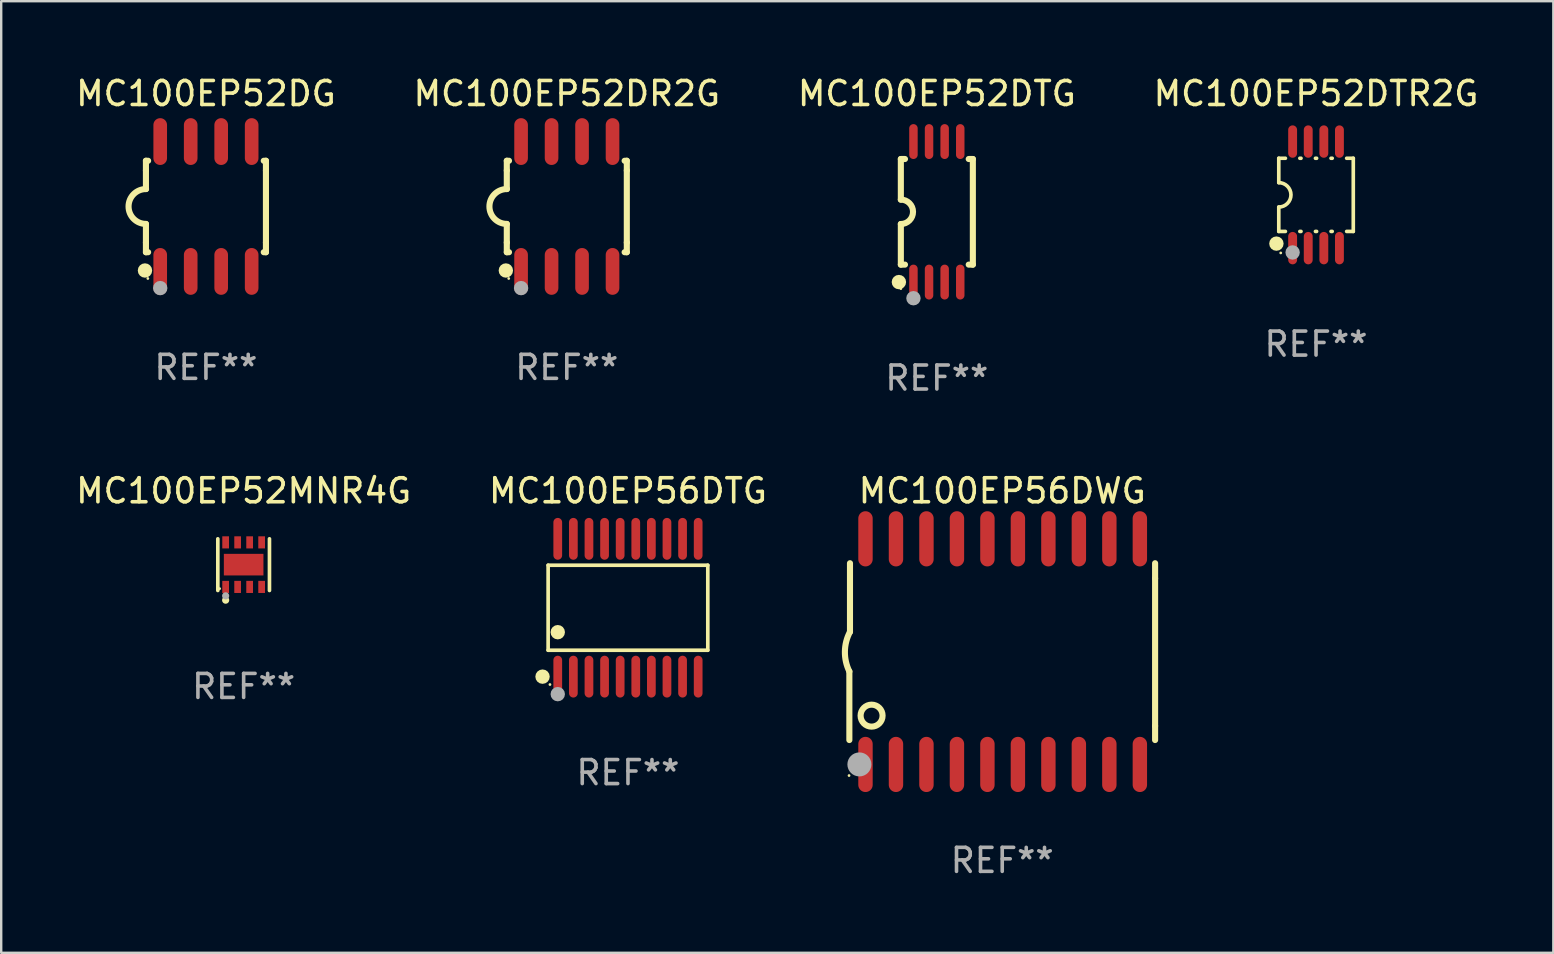
<source format=kicad_pcb>
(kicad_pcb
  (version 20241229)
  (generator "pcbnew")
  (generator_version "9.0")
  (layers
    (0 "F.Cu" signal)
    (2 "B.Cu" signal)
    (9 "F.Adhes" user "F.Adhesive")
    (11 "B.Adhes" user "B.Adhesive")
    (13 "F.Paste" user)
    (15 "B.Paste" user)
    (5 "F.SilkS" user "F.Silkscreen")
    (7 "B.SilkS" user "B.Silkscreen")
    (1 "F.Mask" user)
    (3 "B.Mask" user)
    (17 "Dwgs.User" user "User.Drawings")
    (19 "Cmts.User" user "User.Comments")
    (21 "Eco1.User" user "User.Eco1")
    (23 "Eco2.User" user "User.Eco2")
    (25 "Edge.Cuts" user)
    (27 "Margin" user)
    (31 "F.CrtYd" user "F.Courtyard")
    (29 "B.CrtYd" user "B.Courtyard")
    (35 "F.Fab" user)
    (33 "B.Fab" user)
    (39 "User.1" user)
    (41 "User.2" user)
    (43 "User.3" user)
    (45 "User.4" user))
  (footprint "MC100EP56DWG"
    (layer "F.Cu")
    (at 38.706 24.099)
    (property "Reference" "MC100EP56DWG" (at 0 -6.7 0) (layer "F.SilkS") (effects (font (size 1 1) (thickness 0.15))))
    (attr through_hole)
    (fp_line (start -6.369 0.826) (end -6.369 3.683) (stroke (width 0.254) (type solid)) (layer "F.SilkS"))
    (fp_line (start -6.343 -0.825) (end -6.343 -3.683) (stroke (width 0.254) (type solid)) (layer "F.SilkS"))
    (fp_line (start 6.369 -3.048) (end 6.369 -3.683) (stroke (width 0.254) (type solid)) (layer "F.SilkS"))
    (fp_line (start 6.369 -3.048) (end 6.369 3.096) (stroke (width 0.254) (type solid)) (layer "F.SilkS"))
    (fp_line (start 6.369 3.096) (end 6.369 3.683) (stroke (width 0.254) (type solid)) (layer "F.SilkS"))
    (fp_arc (start -6.36853 0.825552) (mid -6.554743 -0.00301) (end -6.343129 -0.825451) (stroke (width 0.254001) (type solid)) (layer "F.SilkS"))
    (fp_circle (center -6.382 5.163) (end -6.352 5.163) (stroke (width 0.06) (type solid)) (fill no) (layer "F.SilkS"))
    (fp_circle (center -5.443 2.667) (end -4.985 2.667) (stroke (width 0.254) (type solid)) (fill no) (layer "F.SilkS"))
    (fp_circle (center -5.951 4.699) (end -5.701 4.699) (stroke (width 0.5) (type solid)) (fill no) (layer "F.Fab"))
    (fp_text user "REF**" (at 0 8.7 0) (layer "F.Fab") (effects (font (size 1 1) (thickness 0.15))))
    (pad "1" smd oval (at -5.697 4.7 180) (size 0.6 2.3) (layers "F.Cu" "F.Mask" "F.Paste"))
    (pad "2" smd oval (at -4.427 4.7 180) (size 0.6 2.3) (layers "F.Cu" "F.Mask" "F.Paste"))
    (pad "3" smd oval (at -3.157 4.7 180) (size 0.6 2.3) (layers "F.Cu" "F.Mask" "F.Paste"))
    (pad "4" smd oval (at -1.887 4.7 180) (size 0.6 2.3) (layers "F.Cu" "F.Mask" "F.Paste"))
    (pad "5" smd oval (at -0.617 4.7 180) (size 0.6 2.3) (layers "F.Cu" "F.Mask" "F.Paste"))
    (pad "6" smd oval (at 0.653 4.7 180) (size 0.6 2.3) (layers "F.Cu" "F.Mask" "F.Paste"))
    (pad "7" smd oval (at 1.923 4.7 180) (size 0.6 2.3) (layers "F.Cu" "F.Mask" "F.Paste"))
    (pad "8" smd oval (at 3.193 4.7 180) (size 0.6 2.3) (layers "F.Cu" "F.Mask" "F.Paste"))
    (pad "9" smd oval (at 4.463 4.7 180) (size 0.6 2.3) (layers "F.Cu" "F.Mask" "F.Paste"))
    (pad "10" smd oval (at 5.734 4.7 180) (size 0.6 2.3) (layers "F.Cu" "F.Mask" "F.Paste"))
    (pad "11" smd oval (at 5.734 -4.7 180) (size 0.6 2.3) (layers "F.Cu" "F.Mask" "F.Paste"))
    (pad "12" smd oval (at 4.463 -4.7 180) (size 0.6 2.3) (layers "F.Cu" "F.Mask" "F.Paste"))
    (pad "13" smd oval (at 3.193 -4.7 180) (size 0.6 2.3) (layers "F.Cu" "F.Mask" "F.Paste"))
    (pad "14" smd oval (at 1.923 -4.7 180) (size 0.6 2.3) (layers "F.Cu" "F.Mask" "F.Paste"))
    (pad "15" smd oval (at 0.653 -4.7 180) (size 0.6 2.3) (layers "F.Cu" "F.Mask" "F.Paste"))
    (pad "16" smd oval (at -0.617 -4.7 180) (size 0.6 2.3) (layers "F.Cu" "F.Mask" "F.Paste"))
    (pad "17" smd oval (at -1.887 -4.7 180) (size 0.6 2.3) (layers "F.Cu" "F.Mask" "F.Paste"))
    (pad "18" smd oval (at -3.157 -4.7 180) (size 0.6 2.3) (layers "F.Cu" "F.Mask" "F.Paste"))
    (pad "19" smd oval (at -4.427 -4.7 180) (size 0.6 2.3) (layers "F.Cu" "F.Mask" "F.Paste"))
    (pad "20" smd oval (at -5.697 -4.7 180) (size 0.6 2.3) (layers "F.Cu" "F.Mask" "F.Paste")))
  (footprint "MC100EP52DR2G"
    (layer "F.Cu")
    (at 20.565 5.553)
    (property "Reference" "MC100EP52DR2G" (at 0 -4.705 0) (layer "F.SilkS") (effects (font (size 1 1) (thickness 0.15))))
    (attr through_hole)
    (fp_line (start -2.5 -1.905) (end -2.409 -1.905) (stroke (width 0.254) (type solid)) (layer "F.SilkS"))
    (fp_line (start -2.5 -1.5) (end -2.5 -1.905) (stroke (width 0.254) (type solid)) (layer "F.SilkS"))
    (fp_line (start -2.5 -1.5) (end -2.5 -0.726) (stroke (width 0.254) (type solid)) (layer "F.SilkS"))
    (fp_line (start -2.5 1.5) (end -2.5 0.727) (stroke (width 0.254) (type solid)) (layer "F.SilkS"))
    (fp_line (start -2.5 1.5) (end -2.5 1.905) (stroke (width 0.254) (type solid)) (layer "F.SilkS"))
    (fp_line (start -2.5 1.905) (end -2.409 1.905) (stroke (width 0.254) (type solid)) (layer "F.SilkS"))
    (fp_line (start 2.5 -1.905) (end 2.409 -1.905) (stroke (width 0.254) (type solid)) (layer "F.SilkS"))
    (fp_line (start 2.5 -1.5) (end 2.5 -1.905) (stroke (width 0.254) (type solid)) (layer "F.SilkS"))
    (fp_line (start 2.5 -1.5) (end 2.5 1.5) (stroke (width 0.254) (type solid)) (layer "F.SilkS"))
    (fp_line (start 2.5 1.5) (end 2.5 1.905) (stroke (width 0.254) (type solid)) (layer "F.SilkS"))
    (fp_line (start 2.5 1.905) (end 2.409 1.905) (stroke (width 0.254) (type solid)) (layer "F.SilkS"))
    (fp_arc (start -2.5 0.726568) (mid -3.220316 -0.0023) (end -2.495097 -0.726289) (stroke (width 0.254001) (type solid)) (layer "F.SilkS"))
    (fp_circle (center -2.54 2.667) (end -2.39 2.667) (stroke (width 0.3) (type solid)) (fill no) (layer "F.SilkS"))
    (fp_circle (center -2.42 3) (end -2.39 3) (stroke (width 0.06) (type solid)) (fill no) (layer "F.SilkS"))
    (fp_circle (center -1.905 3.4) (end -1.755 3.4) (stroke (width 0.3) (type solid)) (fill no) (layer "F.Fab"))
    (fp_text user "REF**" (at 0 6.705 0) (layer "F.Fab") (effects (font (size 1 1) (thickness 0.15))))
    (pad "1" smd oval (at -1.905 2.705) (size 0.568 1.95) (layers "F.Cu" "F.Mask" "F.Paste"))
    (pad "2" smd oval (at -0.635 2.705) (size 0.568 1.95) (layers "F.Cu" "F.Mask" "F.Paste"))
    (pad "3" smd oval (at 0.635 2.705) (size 0.568 1.95) (layers "F.Cu" "F.Mask" "F.Paste"))
    (pad "4" smd oval (at 1.905 2.705) (size 0.568 1.95) (layers "F.Cu" "F.Mask" "F.Paste"))
    (pad "5" smd oval (at 1.905 -2.705) (size 0.568 1.95) (layers "F.Cu" "F.Mask" "F.Paste"))
    (pad "6" smd oval (at 0.635 -2.705) (size 0.568 1.95) (layers "F.Cu" "F.Mask" "F.Paste"))
    (pad "7" smd oval (at -0.635 -2.705) (size 0.568 1.95) (layers "F.Cu" "F.Mask" "F.Paste"))
    (pad "8" smd oval (at -1.905 -2.705) (size 0.568 1.95) (layers "F.Cu" "F.Mask" "F.Paste")))
  (footprint "MC100EP56DTG"
    (layer "F.Cu")
    (at 23.113 22.27)
    (property "Reference" "MC100EP56DTG" (at 0 -4.871 0) (layer "F.SilkS") (effects (font (size 1 1) (thickness 0.15))))
    (attr through_hole)
    (fp_line (start -3.326 -1.771) (end 3.326 -1.771) (stroke (width 0.152) (type solid)) (layer "F.SilkS"))
    (fp_line (start -3.326 1.771) (end -3.326 -1.771) (stroke (width 0.152) (type solid)) (layer "F.SilkS"))
    (fp_line (start 3.326 -1.771) (end 3.326 1.771) (stroke (width 0.152) (type solid)) (layer "F.SilkS"))
    (fp_line (start 3.326 1.771) (end -3.326 1.771) (stroke (width 0.152) (type solid)) (layer "F.SilkS"))
    (fp_circle (center -3.559 2.871) (end -3.409 2.871) (stroke (width 0.3) (type solid)) (fill no) (layer "F.SilkS"))
    (fp_circle (center -3.25 3.2) (end -3.22 3.2) (stroke (width 0.06) (type solid)) (fill no) (layer "F.SilkS"))
    (fp_circle (center -2.925 1.019) (end -2.775 1.019) (stroke (width 0.3) (type solid)) (fill no) (layer "F.SilkS"))
    (fp_circle (center -2.925 3.6) (end -2.775 3.6) (stroke (width 0.3) (type solid)) (fill no) (layer "F.Fab"))
    (fp_text user "REF**" (at 0 6.871 0) (layer "F.Fab") (effects (font (size 1 1) (thickness 0.15))))
    (pad "1" smd oval (at -2.925 2.871) (size 0.364 1.742) (layers "F.Cu" "F.Mask" "F.Paste"))
    (pad "2" smd oval (at -2.275 2.871) (size 0.364 1.742) (layers "F.Cu" "F.Mask" "F.Paste"))
    (pad "3" smd oval (at -1.625 2.871) (size 0.364 1.742) (layers "F.Cu" "F.Mask" "F.Paste"))
    (pad "4" smd oval (at -0.975 2.871) (size 0.364 1.742) (layers "F.Cu" "F.Mask" "F.Paste"))
    (pad "5" smd oval (at -0.325 2.871) (size 0.364 1.742) (layers "F.Cu" "F.Mask" "F.Paste"))
    (pad "6" smd oval (at 0.325 2.871) (size 0.364 1.742) (layers "F.Cu" "F.Mask" "F.Paste"))
    (pad "7" smd oval (at 0.975 2.871) (size 0.364 1.742) (layers "F.Cu" "F.Mask" "F.Paste"))
    (pad "8" smd oval (at 1.625 2.871) (size 0.364 1.742) (layers "F.Cu" "F.Mask" "F.Paste"))
    (pad "9" smd oval (at 2.275 2.871) (size 0.364 1.742) (layers "F.Cu" "F.Mask" "F.Paste"))
    (pad "10" smd oval (at 2.925 2.871) (size 0.364 1.742) (layers "F.Cu" "F.Mask" "F.Paste"))
    (pad "11" smd oval (at 2.925 -2.871) (size 0.364 1.742) (layers "F.Cu" "F.Mask" "F.Paste"))
    (pad "12" smd oval (at 2.275 -2.871) (size 0.364 1.742) (layers "F.Cu" "F.Mask" "F.Paste"))
    (pad "13" smd oval (at 1.625 -2.871) (size 0.364 1.742) (layers "F.Cu" "F.Mask" "F.Paste"))
    (pad "14" smd oval (at 0.975 -2.871) (size 0.364 1.742) (layers "F.Cu" "F.Mask" "F.Paste"))
    (pad "15" smd oval (at 0.325 -2.871) (size 0.364 1.742) (layers "F.Cu" "F.Mask" "F.Paste"))
    (pad "16" smd oval (at -0.325 -2.871) (size 0.364 1.742) (layers "F.Cu" "F.Mask" "F.Paste"))
    (pad "17" smd oval (at -0.975 -2.871) (size 0.364 1.742) (layers "F.Cu" "F.Mask" "F.Paste"))
    (pad "18" smd oval (at -1.625 -2.871) (size 0.364 1.742) (layers "F.Cu" "F.Mask" "F.Paste"))
    (pad "19" smd oval (at -2.275 -2.871) (size 0.364 1.742) (layers "F.Cu" "F.Mask" "F.Paste"))
    (pad "20" smd oval (at -2.925 -2.871) (size 0.364 1.742) (layers "F.Cu" "F.Mask" "F.Paste")))
  (footprint "MC100EP52DTG"
    (layer "F.Cu")
    (at 35.982 5.775)
    (property "Reference" "MC100EP52DTG" (at 0 -4.927 0) (layer "F.SilkS") (effects (font (size 1 1) (thickness 0.15))))
    (attr through_hole)
    (fp_line (start -1.5 -2.2) (end -1.5 -0.508) (stroke (width 0.254) (type solid)) (layer "F.SilkS"))
    (fp_line (start -1.5 -2.2) (end -1.328 -2.2) (stroke (width 0.254) (type solid)) (layer "F.SilkS"))
    (fp_line (start -1.5 2.2) (end -1.5 0.508) (stroke (width 0.254) (type solid)) (layer "F.SilkS"))
    (fp_line (start -1.5 2.2) (end -1.328 2.2) (stroke (width 0.254) (type solid)) (layer "F.SilkS"))
    (fp_line (start 1.328 -2.2) (end 1.5 -2.2) (stroke (width 0.254) (type solid)) (layer "F.SilkS"))
    (fp_line (start 1.328 2.2) (end 1.5 2.2) (stroke (width 0.254) (type solid)) (layer "F.SilkS"))
    (fp_line (start 1.5 -2.2) (end 1.5 2.2) (stroke (width 0.254) (type solid)) (layer "F.SilkS"))
    (fp_arc (start -1.501144 -0.508) (mid -0.993143 -0.000571) (end -1.5 0.508001) (stroke (width 0.254001) (type solid)) (layer "F.SilkS"))
    (fp_circle (center -1.581 2.927) (end -1.431 2.927) (stroke (width 0.3) (type solid)) (fill no) (layer "F.SilkS"))
    (fp_circle (center -1.5 3.2) (end -1.47 3.2) (stroke (width 0.06) (type solid)) (fill no) (layer "F.SilkS"))
    (fp_circle (center -0.975 3.6) (end -0.825 3.6) (stroke (width 0.3) (type solid)) (fill no) (layer "F.Fab"))
    (fp_text user "REF**" (at 0 6.927 0) (layer "F.Fab") (effects (font (size 1 1) (thickness 0.15))))
    (pad "1" smd oval (at -0.975 2.927) (size 0.353 1.454) (layers "F.Cu" "F.Mask" "F.Paste"))
    (pad "2" smd oval (at -0.325 2.927) (size 0.353 1.454) (layers "F.Cu" "F.Mask" "F.Paste"))
    (pad "3" smd oval (at 0.325 2.927) (size 0.353 1.454) (layers "F.Cu" "F.Mask" "F.Paste"))
    (pad "4" smd oval (at 0.975 2.927) (size 0.353 1.454) (layers "F.Cu" "F.Mask" "F.Paste"))
    (pad "5" smd oval (at 0.975 -2.927) (size 0.353 1.454) (layers "F.Cu" "F.Mask" "F.Paste"))
    (pad "6" smd oval (at 0.325 -2.927) (size 0.353 1.454) (layers "F.Cu" "F.Mask" "F.Paste"))
    (pad "7" smd oval (at -0.325 -2.927) (size 0.353 1.454) (layers "F.Cu" "F.Mask" "F.Paste"))
    (pad "8" smd oval (at -0.975 -2.927) (size 0.353 1.454) (layers "F.Cu" "F.Mask" "F.Paste")))
  (footprint "MC100EP52DTR2G"
    (layer "F.Cu")
    (at 51.78 5.068)
    (property "Reference" "MC100EP52DTR2G" (at 0 -4.22 0) (layer "F.SilkS") (effects (font (size 1 1) (thickness 0.15))))
    (attr through_hole)
    (fp_line (start -1.552 -1.524) (end -1.276 -1.524) (stroke (width 0.152) (type solid)) (layer "F.SilkS"))
    (fp_line (start -1.552 -0.508) (end -1.552 -1.524) (stroke (width 0.152) (type solid)) (layer "F.SilkS"))
    (fp_line (start -1.552 1.524) (end -1.552 0.508) (stroke (width 0.152) (type solid)) (layer "F.SilkS"))
    (fp_line (start -1.552 1.524) (end -1.276 1.524) (stroke (width 0.152) (type solid)) (layer "F.SilkS"))
    (fp_line (start -0.674 -1.524) (end -0.626 -1.524) (stroke (width 0.152) (type solid)) (layer "F.SilkS"))
    (fp_line (start -0.674 1.524) (end -0.626 1.524) (stroke (width 0.152) (type solid)) (layer "F.SilkS"))
    (fp_line (start -0.024 -1.524) (end 0.024 -1.524) (stroke (width 0.152) (type solid)) (layer "F.SilkS"))
    (fp_line (start -0.024 1.524) (end 0.024 1.524) (stroke (width 0.152) (type solid)) (layer "F.SilkS"))
    (fp_line (start 0.626 -1.524) (end 0.674 -1.524) (stroke (width 0.152) (type solid)) (layer "F.SilkS"))
    (fp_line (start 0.626 1.524) (end 0.674 1.524) (stroke (width 0.152) (type solid)) (layer "F.SilkS"))
    (fp_line (start 1.276 1.524) (end 1.552 1.524) (stroke (width 0.152) (type solid)) (layer "F.SilkS"))
    (fp_line (start 1.276 -1.524) (end 1.552 -1.524) (stroke (width 0.152) (type solid)) (layer "F.SilkS"))
    (fp_line (start 1.552 -1.524) (end 1.552 1.524) (stroke (width 0.152) (type solid)) (layer "F.SilkS"))
    (fp_arc (start -1.551943 -0.508001) (mid -1.043942 0) (end -1.551943 0.508001) (stroke (width 0.151994) (type solid)) (layer "F.SilkS"))
    (fp_circle (center -1.651 2.032) (end -1.501 2.032) (stroke (width 0.3) (type solid)) (fill no) (layer "F.SilkS"))
    (fp_circle (center -1.47 2.42) (end -1.44 2.42) (stroke (width 0.06) (type solid)) (fill no) (layer "F.SilkS"))
    (fp_circle (center -0.975 2.4) (end -0.825 2.4) (stroke (width 0.3) (type solid)) (fill no) (layer "F.Fab"))
    (fp_text user "REF**" (at 0 6.22 0) (layer "F.Fab") (effects (font (size 1 1) (thickness 0.15))))
    (pad "1" smd oval (at -0.975 2.22) (size 0.37 1.35) (layers "F.Cu" "F.Mask" "F.Paste"))
    (pad "2" smd oval (at -0.325 2.22) (size 0.37 1.35) (layers "F.Cu" "F.Mask" "F.Paste"))
    (pad "3" smd oval (at 0.325 2.22) (size 0.37 1.35) (layers "F.Cu" "F.Mask" "F.Paste"))
    (pad "4" smd oval (at 0.975 2.22) (size 0.37 1.35) (layers "F.Cu" "F.Mask" "F.Paste"))
    (pad "5" smd oval (at 0.975 -2.22) (size 0.37 1.35) (layers "F.Cu" "F.Mask" "F.Paste"))
    (pad "6" smd oval (at 0.325 -2.22) (size 0.37 1.35) (layers "F.Cu" "F.Mask" "F.Paste"))
    (pad "7" smd oval (at -0.325 -2.22) (size 0.37 1.35) (layers "F.Cu" "F.Mask" "F.Paste"))
    (pad "8" smd oval (at -0.975 -2.22) (size 0.37 1.35) (layers "F.Cu" "F.Mask" "F.Paste")))
  (footprint "MC100EP52DG"
    (layer "F.Cu")
    (at 5.53 5.553)
    (property "Reference" "MC100EP52DG" (at 0 -4.705 0) (layer "F.SilkS") (effects (font (size 1 1) (thickness 0.15))))
    (attr through_hole)
    (fp_line (start -2.5 -1.905) (end -2.409 -1.905) (stroke (width 0.254) (type solid)) (layer "F.SilkS"))
    (fp_line (start -2.5 -1.5) (end -2.5 -1.905) (stroke (width 0.254) (type solid)) (layer "F.SilkS"))
    (fp_line (start -2.5 -1.5) (end -2.5 -0.726) (stroke (width 0.254) (type solid)) (layer "F.SilkS"))
    (fp_line (start -2.5 1.5) (end -2.5 0.727) (stroke (width 0.254) (type solid)) (layer "F.SilkS"))
    (fp_line (start -2.5 1.5) (end -2.5 1.905) (stroke (width 0.254) (type solid)) (layer "F.SilkS"))
    (fp_line (start -2.5 1.905) (end -2.409 1.905) (stroke (width 0.254) (type solid)) (layer "F.SilkS"))
    (fp_line (start 2.5 -1.905) (end 2.409 -1.905) (stroke (width 0.254) (type solid)) (layer "F.SilkS"))
    (fp_line (start 2.5 -1.5) (end 2.5 -1.905) (stroke (width 0.254) (type solid)) (layer "F.SilkS"))
    (fp_line (start 2.5 -1.5) (end 2.5 1.5) (stroke (width 0.254) (type solid)) (layer "F.SilkS"))
    (fp_line (start 2.5 1.5) (end 2.5 1.905) (stroke (width 0.254) (type solid)) (layer "F.SilkS"))
    (fp_line (start 2.5 1.905) (end 2.409 1.905) (stroke (width 0.254) (type solid)) (layer "F.SilkS"))
    (fp_arc (start -2.5 0.726568) (mid -3.220316 -0.0023) (end -2.495097 -0.726289) (stroke (width 0.254001) (type solid)) (layer "F.SilkS"))
    (fp_circle (center -2.54 2.667) (end -2.39 2.667) (stroke (width 0.3) (type solid)) (fill no) (layer "F.SilkS"))
    (fp_circle (center -2.42 3) (end -2.39 3) (stroke (width 0.06) (type solid)) (fill no) (layer "F.SilkS"))
    (fp_circle (center -1.905 3.4) (end -1.755 3.4) (stroke (width 0.3) (type solid)) (fill no) (layer "F.Fab"))
    (fp_text user "REF**" (at 0 6.705 0) (layer "F.Fab") (effects (font (size 1 1) (thickness 0.15))))
    (pad "1" smd oval (at -1.905 2.705) (size 0.568 1.95) (layers "F.Cu" "F.Mask" "F.Paste"))
    (pad "2" smd oval (at -0.635 2.705) (size 0.568 1.95) (layers "F.Cu" "F.Mask" "F.Paste"))
    (pad "3" smd oval (at 0.635 2.705) (size 0.568 1.95) (layers "F.Cu" "F.Mask" "F.Paste"))
    (pad "4" smd oval (at 1.905 2.705) (size 0.568 1.95) (layers "F.Cu" "F.Mask" "F.Paste"))
    (pad "5" smd oval (at 1.905 -2.705) (size 0.568 1.95) (layers "F.Cu" "F.Mask" "F.Paste"))
    (pad "6" smd oval (at 0.635 -2.705) (size 0.568 1.95) (layers "F.Cu" "F.Mask" "F.Paste"))
    (pad "7" smd oval (at -0.635 -2.705) (size 0.568 1.95) (layers "F.Cu" "F.Mask" "F.Paste"))
    (pad "8" smd oval (at -1.905 -2.705) (size 0.568 1.95) (layers "F.Cu" "F.Mask" "F.Paste")))
  (footprint "MC100EP52MNR4G"
    (layer "F.Cu")
    (at 7.101 20.475)
    (property "Reference" "MC100EP52MNR4G" (at 0 -3.076 0) (layer "F.SilkS") (effects (font (size 1 1) (thickness 0.15))))
    (attr through_hole)
    (fp_line (start -1.076 1.076) (end -1.076 -1.076) (stroke (width 0.152) (type solid)) (layer "F.SilkS"))
    (fp_line (start 1.076 1.076) (end 1.076 -1.076) (stroke (width 0.152) (type solid)) (layer "F.SilkS"))
    (fp_circle (center -1 1) (end -0.97 1) (stroke (width 0.06) (type solid)) (fill no) (layer "F.SilkS"))
    (fp_circle (center -0.75 1.48) (end -0.675 1.48) (stroke (width 0.15) (type solid)) (fill no) (layer "F.SilkS"))
    (fp_circle (center -0.75 1.3) (end -0.675 1.3) (stroke (width 0.15) (type solid)) (fill no) (layer "F.Fab"))
    (fp_text user "REF**" (at 0 5.076 0) (layer "F.Fab") (effects (font (size 1 1) (thickness 0.15))))
    (pad "1" smd rect (at -0.75 0.928) (size 0.28 0.505) (layers "F.Cu" "F.Mask" "F.Paste"))
    (pad "2" smd rect (at -0.25 0.928) (size 0.28 0.505) (layers "F.Cu" "F.Mask" "F.Paste"))
    (pad "3" smd rect (at 0.25 0.928) (size 0.28 0.505) (layers "F.Cu" "F.Mask" "F.Paste"))
    (pad "4" smd rect (at 0.75 0.928) (size 0.28 0.505) (layers "F.Cu" "F.Mask" "F.Paste"))
    (pad "5" smd rect (at 0.75 -0.928) (size 0.28 0.505) (layers "F.Cu" "F.Mask" "F.Paste"))
    (pad "6" smd rect (at 0.25 -0.928) (size 0.28 0.505) (layers "F.Cu" "F.Mask" "F.Paste"))
    (pad "7" smd rect (at -0.25 -0.928) (size 0.28 0.505) (layers "F.Cu" "F.Mask" "F.Paste"))
    (pad "8" smd rect (at -0.75 -0.928) (size 0.28 0.505) (layers "F.Cu" "F.Mask" "F.Paste"))
    (pad "9" smd rect (at 0 0) (size 1.65 0.9) (layers "F.Cu" "F.Mask" "F.Paste")))
  (gr_rect
    (start -3 -3)
    (end 61.667 36.647)
    (stroke (width 0.1) (type default))
    (fill no)
    (layer "Edge.Cuts")))
</source>
